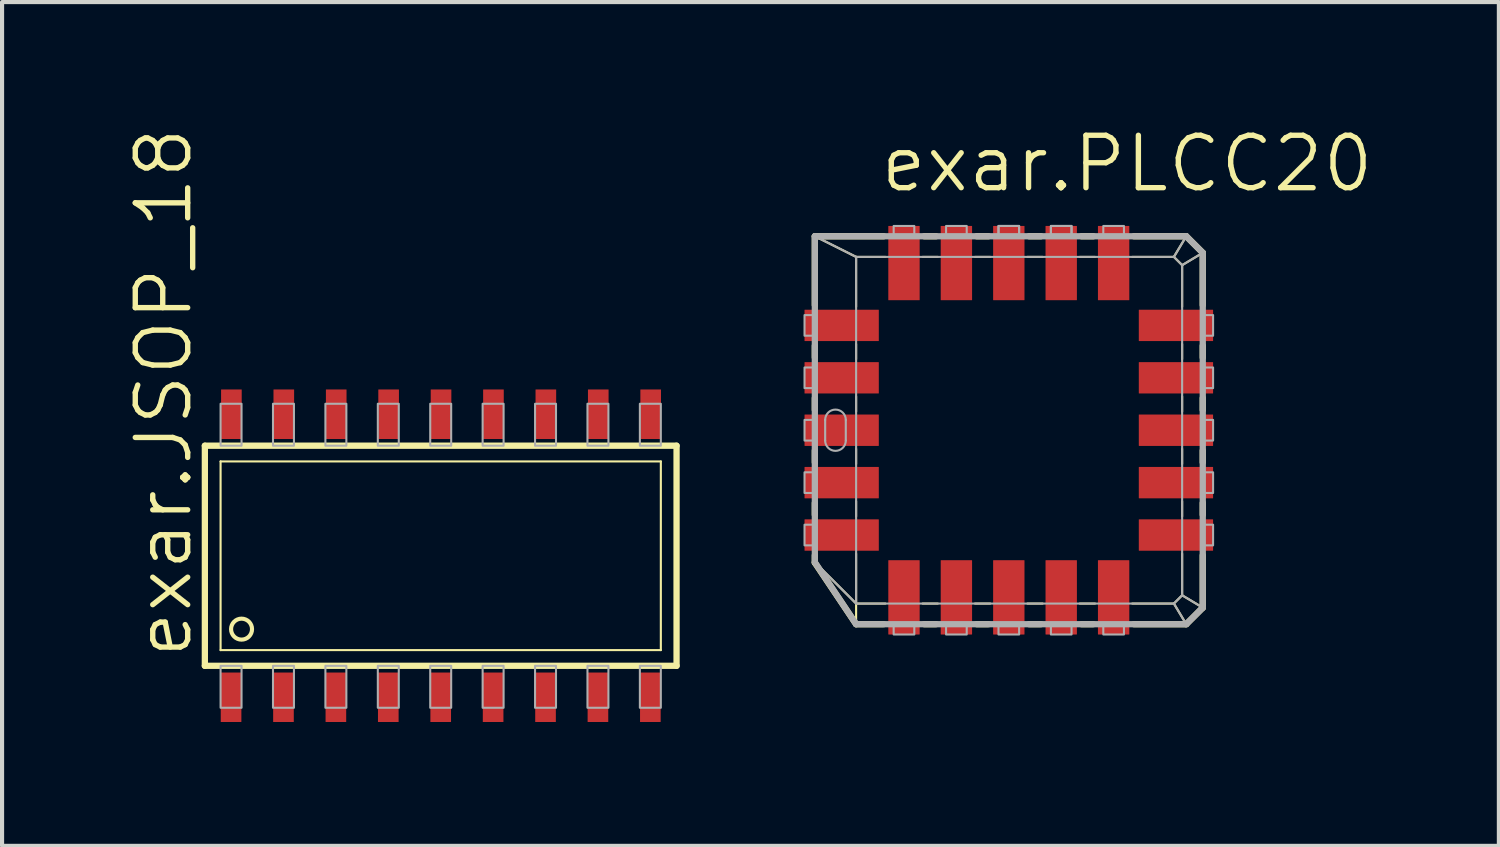
<source format=kicad_pcb>
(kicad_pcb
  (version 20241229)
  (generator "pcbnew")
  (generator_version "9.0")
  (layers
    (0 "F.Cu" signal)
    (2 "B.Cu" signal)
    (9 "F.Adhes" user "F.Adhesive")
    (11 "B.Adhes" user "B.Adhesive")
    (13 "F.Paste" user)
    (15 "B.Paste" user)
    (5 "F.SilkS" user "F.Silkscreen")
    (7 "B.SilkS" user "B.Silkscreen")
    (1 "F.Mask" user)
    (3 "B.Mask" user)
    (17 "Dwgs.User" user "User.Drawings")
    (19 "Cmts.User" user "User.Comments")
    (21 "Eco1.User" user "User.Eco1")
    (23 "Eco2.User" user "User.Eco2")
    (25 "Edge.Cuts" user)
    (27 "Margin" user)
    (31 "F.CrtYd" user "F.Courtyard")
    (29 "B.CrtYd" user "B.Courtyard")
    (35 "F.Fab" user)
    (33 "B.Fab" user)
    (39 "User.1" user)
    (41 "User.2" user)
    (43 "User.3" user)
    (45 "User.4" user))
  (footprint "exar.PLCC20"
    (layer "F.Cu")
    (at 21.395 7.375)
    (property "Reference" "exar.PLCC20" (at -3.175 -5.715 0) (layer "F.SilkS") (effects (font (size 1.27 1.27) (thickness 0.13)) (justify left bottom)))
    (attr smd)
    (fp_line (start -4.7 -4.7) (end -3.7 -4.2) (stroke (width 0.051) (type default)) (layer "F.SilkS"))
    (fp_line (start -4.7 -4.7) (end -3.031 -4.7) (stroke (width 0.152) (type default)) (layer "F.SilkS"))
    (fp_line (start -4.7 -3.031) (end -4.7 -4.7) (stroke (width 0.152) (type default)) (layer "F.SilkS"))
    (fp_line (start -4.7 -1.761) (end -4.7 -2.049) (stroke (width 0.152) (type default)) (layer "F.SilkS"))
    (fp_line (start -4.7 -0.491) (end -4.7 -0.779) (stroke (width 0.152) (type default)) (layer "F.SilkS"))
    (fp_line (start -4.7 0.779) (end -4.7 0.491) (stroke (width 0.152) (type default)) (layer "F.SilkS"))
    (fp_line (start -4.7 2.049) (end -4.7 1.761) (stroke (width 0.152) (type default)) (layer "F.SilkS"))
    (fp_line (start -4.7 3.21) (end -4.7 3.031) (stroke (width 0.152) (type default)) (layer "F.SilkS"))
    (fp_line (start -3.7 -4.2) (end -2.991 -4.2) (stroke (width 0.051) (type default)) (layer "F.SilkS"))
    (fp_line (start -3.7 -2.991) (end -3.7 -4.2) (stroke (width 0.051) (type default)) (layer "F.SilkS"))
    (fp_line (start -3.7 -1.721) (end -3.7 -2.089) (stroke (width 0.051) (type default)) (layer "F.SilkS"))
    (fp_line (start -3.7 -0.451) (end -3.7 -0.819) (stroke (width 0.051) (type default)) (layer "F.SilkS"))
    (fp_line (start -3.7 0.819) (end -3.7 0.451) (stroke (width 0.051) (type default)) (layer "F.SilkS"))
    (fp_line (start -3.7 2.089) (end -3.7 1.721) (stroke (width 0.051) (type default)) (layer "F.SilkS"))
    (fp_line (start -3.7 4.2) (end -4.69 3.21) (stroke (width 0.051) (type default)) (layer "F.SilkS"))
    (fp_line (start -3.7 4.2) (end -3.7 2.991) (stroke (width 0.051) (type default)) (layer "F.SilkS"))
    (fp_line (start -3.7 4.2) (end -3.7 4.69) (stroke (width 0.051) (type default)) (layer "F.SilkS"))
    (fp_line (start -3.7 4.7) (end -4.7 3.21) (stroke (width 0.152) (type default)) (layer "F.SilkS"))
    (fp_line (start -3.031 4.7) (end -3.7 4.7) (stroke (width 0.152) (type default)) (layer "F.SilkS"))
    (fp_line (start -2.991 4.2) (end -3.7 4.2) (stroke (width 0.051) (type default)) (layer "F.SilkS"))
    (fp_line (start -2.089 -4.2) (end -1.721 -4.2) (stroke (width 0.051) (type default)) (layer "F.SilkS"))
    (fp_line (start -2.049 -4.7) (end -1.761 -4.7) (stroke (width 0.152) (type default)) (layer "F.SilkS"))
    (fp_line (start -1.761 4.7) (end -2.049 4.7) (stroke (width 0.152) (type default)) (layer "F.SilkS"))
    (fp_line (start -1.721 4.2) (end -2.089 4.2) (stroke (width 0.051) (type default)) (layer "F.SilkS"))
    (fp_line (start -0.819 -4.2) (end -0.451 -4.2) (stroke (width 0.051) (type default)) (layer "F.SilkS"))
    (fp_line (start -0.779 -4.7) (end -0.491 -4.7) (stroke (width 0.152) (type default)) (layer "F.SilkS"))
    (fp_line (start -0.491 4.7) (end -0.779 4.7) (stroke (width 0.152) (type default)) (layer "F.SilkS"))
    (fp_line (start -0.451 4.2) (end -0.819 4.2) (stroke (width 0.051) (type default)) (layer "F.SilkS"))
    (fp_line (start 0.451 -4.2) (end 0.819 -4.2) (stroke (width 0.051) (type default)) (layer "F.SilkS"))
    (fp_line (start 0.491 -4.7) (end 0.779 -4.7) (stroke (width 0.152) (type default)) (layer "F.SilkS"))
    (fp_line (start 0.779 4.7) (end 0.491 4.7) (stroke (width 0.152) (type default)) (layer "F.SilkS"))
    (fp_line (start 0.819 4.2) (end 0.451 4.2) (stroke (width 0.051) (type default)) (layer "F.SilkS"))
    (fp_line (start 1.721 -4.2) (end 2.089 -4.2) (stroke (width 0.051) (type default)) (layer "F.SilkS"))
    (fp_line (start 1.761 -4.7) (end 2.049 -4.7) (stroke (width 0.152) (type default)) (layer "F.SilkS"))
    (fp_line (start 2.049 4.7) (end 1.761 4.7) (stroke (width 0.152) (type default)) (layer "F.SilkS"))
    (fp_line (start 2.089 4.2) (end 1.721 4.2) (stroke (width 0.051) (type default)) (layer "F.SilkS"))
    (fp_line (start 2.991 -4.2) (end 4 -4.2) (stroke (width 0.051) (type default)) (layer "F.SilkS"))
    (fp_line (start 3.031 -4.7) (end 4.3 -4.7) (stroke (width 0.152) (type default)) (layer "F.SilkS"))
    (fp_line (start 4 -4.2) (end 4.2 -4) (stroke (width 0.051) (type default)) (layer "F.SilkS"))
    (fp_line (start 4 4.2) (end 2.991 4.2) (stroke (width 0.051) (type default)) (layer "F.SilkS"))
    (fp_line (start 4 4.2) (end 4.3 4.7) (stroke (width 0.051) (type default)) (layer "F.SilkS"))
    (fp_line (start 4.2 -4) (end 4.2 -2.991) (stroke (width 0.051) (type default)) (layer "F.SilkS"))
    (fp_line (start 4.2 -4) (end 4.7 -4.3) (stroke (width 0.051) (type default)) (layer "F.SilkS"))
    (fp_line (start 4.2 -2.089) (end 4.2 -1.721) (stroke (width 0.051) (type default)) (layer "F.SilkS"))
    (fp_line (start 4.2 -0.819) (end 4.2 -0.451) (stroke (width 0.051) (type default)) (layer "F.SilkS"))
    (fp_line (start 4.2 0.451) (end 4.2 0.819) (stroke (width 0.051) (type default)) (layer "F.SilkS"))
    (fp_line (start 4.2 1.721) (end 4.2 2.089) (stroke (width 0.051) (type default)) (layer "F.SilkS"))
    (fp_line (start 4.2 2.991) (end 4.2 4) (stroke (width 0.051) (type default)) (layer "F.SilkS"))
    (fp_line (start 4.2 4) (end 4 4.2) (stroke (width 0.051) (type default)) (layer "F.SilkS"))
    (fp_line (start 4.2 4) (end 4.7 4.3) (stroke (width 0.051) (type default)) (layer "F.SilkS"))
    (fp_line (start 4.3 -4.7) (end 4 -4.2) (stroke (width 0.051) (type default)) (layer "F.SilkS"))
    (fp_line (start 4.3 -4.7) (end 4.7 -4.3) (stroke (width 0.152) (type default)) (layer "F.SilkS"))
    (fp_line (start 4.3 4.7) (end 3.031 4.7) (stroke (width 0.152) (type default)) (layer "F.SilkS"))
    (fp_line (start 4.7 -4.3) (end 4.7 -3.031) (stroke (width 0.152) (type default)) (layer "F.SilkS"))
    (fp_line (start 4.7 -2.049) (end 4.7 -1.761) (stroke (width 0.152) (type default)) (layer "F.SilkS"))
    (fp_line (start 4.7 -0.779) (end 4.7 -0.491) (stroke (width 0.152) (type default)) (layer "F.SilkS"))
    (fp_line (start 4.7 0.491) (end 4.7 0.779) (stroke (width 0.152) (type default)) (layer "F.SilkS"))
    (fp_line (start 4.7 1.761) (end 4.7 2.049) (stroke (width 0.152) (type default)) (layer "F.SilkS"))
    (fp_line (start 4.7 3.031) (end 4.7 4.3) (stroke (width 0.152) (type default)) (layer "F.SilkS"))
    (fp_line (start 4.7 4.3) (end 4.3 4.7) (stroke (width 0.152) (type default)) (layer "F.SilkS"))
    (fp_line (start -4.7 -4.7) (end -3.7 -4.2) (stroke (width 0.051) (type default)) (layer "F.Fab"))
    (fp_line (start -4.7 -4.7) (end 4.3 -4.7) (stroke (width 0.152) (type default)) (layer "F.Fab"))
    (fp_line (start -4.7 3.2) (end -4.7 -4.7) (stroke (width 0.152) (type default)) (layer "F.Fab"))
    (fp_line (start -4.7 3.2) (end -3.7 4.2) (stroke (width 0.051) (type default)) (layer "F.Fab"))
    (fp_line (start -4.45 -0.25) (end -4.45 0.25) (stroke (width 0.051) (type default)) (layer "F.Fab"))
    (fp_line (start -3.95 -0.25) (end -3.95 0.25) (stroke (width 0.051) (type default)) (layer "F.Fab"))
    (fp_line (start -3.7 -4.2) (end 4 -4.2) (stroke (width 0.051) (type default)) (layer "F.Fab"))
    (fp_line (start -3.7 4.2) (end -3.7 -4.2) (stroke (width 0.051) (type default)) (layer "F.Fab"))
    (fp_line (start -3.7 4.7) (end -4.7 3.2) (stroke (width 0.152) (type default)) (layer "F.Fab"))
    (fp_line (start 4 -4.2) (end 4.2 -4) (stroke (width 0.051) (type default)) (layer "F.Fab"))
    (fp_line (start 4 4.2) (end -3.7 4.2) (stroke (width 0.051) (type default)) (layer "F.Fab"))
    (fp_line (start 4 4.2) (end 4.3 4.7) (stroke (width 0.051) (type default)) (layer "F.Fab"))
    (fp_line (start 4.2 -4) (end 4.2 4) (stroke (width 0.051) (type default)) (layer "F.Fab"))
    (fp_line (start 4.2 -4) (end 4.7 -4.3) (stroke (width 0.051) (type default)) (layer "F.Fab"))
    (fp_line (start 4.2 4) (end 4 4.2) (stroke (width 0.051) (type default)) (layer "F.Fab"))
    (fp_line (start 4.2 4) (end 4.7 4.3) (stroke (width 0.051) (type default)) (layer "F.Fab"))
    (fp_line (start 4.3 -4.7) (end 4 -4.2) (stroke (width 0.051) (type default)) (layer "F.Fab"))
    (fp_line (start 4.3 -4.7) (end 4.7 -4.3) (stroke (width 0.152) (type default)) (layer "F.Fab"))
    (fp_line (start 4.3 4.7) (end -3.7 4.7) (stroke (width 0.152) (type default)) (layer "F.Fab"))
    (fp_line (start 4.7 -4.3) (end 4.7 4.3) (stroke (width 0.152) (type default)) (layer "F.Fab"))
    (fp_line (start 4.7 4.3) (end 4.3 4.7) (stroke (width 0.152) (type default)) (layer "F.Fab"))
    (fp_rect (start -4.95 -2.29) (end -4.7 -2.79) (stroke (width 0.05) (type default)) (fill no) (layer "F.Fab"))
    (fp_rect (start -4.95 -1.02) (end -4.7 -1.52) (stroke (width 0.05) (type default)) (fill no) (layer "F.Fab"))
    (fp_rect (start -4.95 0.25) (end -4.7 -0.25) (stroke (width 0.05) (type default)) (fill no) (layer "F.Fab"))
    (fp_rect (start -4.95 1.52) (end -4.7 1.02) (stroke (width 0.05) (type default)) (fill no) (layer "F.Fab"))
    (fp_rect (start -4.95 2.79) (end -4.7 2.29) (stroke (width 0.05) (type default)) (fill no) (layer "F.Fab"))
    (fp_rect (start -2.79 -4.7) (end -2.29 -4.95) (stroke (width 0.05) (type default)) (fill no) (layer "F.Fab"))
    (fp_rect (start -2.79 4.95) (end -2.29 4.7) (stroke (width 0.05) (type default)) (fill no) (layer "F.Fab"))
    (fp_rect (start -1.52 -4.7) (end -1.02 -4.95) (stroke (width 0.05) (type default)) (fill no) (layer "F.Fab"))
    (fp_rect (start -1.52 4.95) (end -1.02 4.7) (stroke (width 0.05) (type default)) (fill no) (layer "F.Fab"))
    (fp_rect (start -0.25 -4.7) (end 0.25 -4.95) (stroke (width 0.05) (type default)) (fill no) (layer "F.Fab"))
    (fp_rect (start -0.25 -4.7) (end 0.25 -4.95) (stroke (width 0.05) (type default)) (fill no) (layer "F.Fab"))
    (fp_rect (start -0.25 4.95) (end 0.25 4.7) (stroke (width 0.05) (type default)) (fill no) (layer "F.Fab"))
    (fp_rect (start 1.02 -4.7) (end 1.52 -4.95) (stroke (width 0.05) (type default)) (fill no) (layer "F.Fab"))
    (fp_rect (start 1.02 -4.7) (end 1.52 -4.95) (stroke (width 0.05) (type default)) (fill no) (layer "F.Fab"))
    (fp_rect (start 1.02 4.95) (end 1.52 4.7) (stroke (width 0.05) (type default)) (fill no) (layer "F.Fab"))
    (fp_rect (start 2.29 -4.7) (end 2.79 -4.95) (stroke (width 0.05) (type default)) (fill no) (layer "F.Fab"))
    (fp_rect (start 2.29 4.95) (end 2.79 4.7) (stroke (width 0.05) (type default)) (fill no) (layer "F.Fab"))
    (fp_rect (start 4.7 -2.29) (end 4.95 -2.79) (stroke (width 0.05) (type default)) (fill no) (layer "F.Fab"))
    (fp_rect (start 4.7 -1.02) (end 4.95 -1.52) (stroke (width 0.05) (type default)) (fill no) (layer "F.Fab"))
    (fp_rect (start 4.7 0.25) (end 4.95 -0.25) (stroke (width 0.05) (type default)) (fill no) (layer "F.Fab"))
    (fp_rect (start 4.7 1.52) (end 4.95 1.02) (stroke (width 0.05) (type default)) (fill no) (layer "F.Fab"))
    (fp_rect (start 4.7 2.79) (end 4.95 2.29) (stroke (width 0.05) (type default)) (fill no) (layer "F.Fab"))
    (fp_arc (start -4.45 -0.25) (mid -4.2 -0.5) (end -3.95 -0.25) (stroke (width 0.0508) (type default)) (layer "F.Fab"))
    (fp_arc (start -3.95 0.25) (mid -4.2 0.5) (end -4.45 0.25) (stroke (width 0.0508) (type default)) (layer "F.Fab"))
    (pad "1" smd roundrect (at -4.05 0) (size 1.8 0.76) (layers "F.Cu" "F.Mask" "F.Paste") (roundrect_rratio 0.01))
    (pad "2" smd roundrect (at -4.05 1.27) (size 1.8 0.76) (layers "F.Cu" "F.Mask" "F.Paste") (roundrect_rratio 0.01))
    (pad "3" smd roundrect (at -4.05 2.54) (size 1.8 0.76) (layers "F.Cu" "F.Mask" "F.Paste") (roundrect_rratio 0.01))
    (pad "4" smd roundrect (at -2.54 4.05) (size 0.76 1.8) (layers "F.Cu" "F.Mask" "F.Paste") (roundrect_rratio 0.01))
    (pad "5" smd roundrect (at -1.27 4.05) (size 0.76 1.8) (layers "F.Cu" "F.Mask" "F.Paste") (roundrect_rratio 0.01))
    (pad "6" smd roundrect (at 0 4.05) (size 0.76 1.8) (layers "F.Cu" "F.Mask" "F.Paste") (roundrect_rratio 0.01))
    (pad "7" smd roundrect (at 1.27 4.05) (size 0.76 1.8) (layers "F.Cu" "F.Mask" "F.Paste") (roundrect_rratio 0.01))
    (pad "8" smd roundrect (at 2.54 4.05) (size 0.76 1.8) (layers "F.Cu" "F.Mask" "F.Paste") (roundrect_rratio 0.01))
    (pad "9" smd roundrect (at 4.05 2.54) (size 1.8 0.76) (layers "F.Cu" "F.Mask" "F.Paste") (roundrect_rratio 0.01))
    (pad "10" smd roundrect (at 4.05 1.27) (size 1.8 0.76) (layers "F.Cu" "F.Mask" "F.Paste") (roundrect_rratio 0.01))
    (pad "11" smd roundrect (at 4.05 0) (size 1.8 0.76) (layers "F.Cu" "F.Mask" "F.Paste") (roundrect_rratio 0.01))
    (pad "12" smd roundrect (at 4.05 -1.27) (size 1.8 0.76) (layers "F.Cu" "F.Mask" "F.Paste") (roundrect_rratio 0.01))
    (pad "13" smd roundrect (at 4.05 -2.54) (size 1.8 0.76) (layers "F.Cu" "F.Mask" "F.Paste") (roundrect_rratio 0.01))
    (pad "14" smd roundrect (at 2.54 -4.05) (size 0.76 1.8) (layers "F.Cu" "F.Mask" "F.Paste") (roundrect_rratio 0.01))
    (pad "15" smd roundrect (at 1.27 -4.05) (size 0.76 1.8) (layers "F.Cu" "F.Mask" "F.Paste") (roundrect_rratio 0.01))
    (pad "16" smd roundrect (at 0 -4.05) (size 0.76 1.8) (layers "F.Cu" "F.Mask" "F.Paste") (roundrect_rratio 0.01))
    (pad "17" smd roundrect (at -1.27 -4.05) (size 0.76 1.8) (layers "F.Cu" "F.Mask" "F.Paste") (roundrect_rratio 0.01))
    (pad "18" smd roundrect (at -2.54 -4.05) (size 0.76 1.8) (layers "F.Cu" "F.Mask" "F.Paste") (roundrect_rratio 0.01))
    (pad "19" smd roundrect (at -4.05 -2.54) (size 1.8 0.76) (layers "F.Cu" "F.Mask" "F.Paste") (roundrect_rratio 0.01))
    (pad "20" smd roundrect (at -4.05 -1.27) (size 1.8 0.76) (layers "F.Cu" "F.Mask" "F.Paste") (roundrect_rratio 0.01)))
  (footprint "exar.JSOP_18"
    (layer "F.Cu")
    (at 7.629 10.417)
    (property "Reference" "exar.JSOP_18" (at -5.969 2.54 90) (layer "F.SilkS") (effects (font (size 1.27 1.27) (thickness 0.13)) (justify left bottom)))
    (attr smd)
    (fp_line (start -5.715 -2.667) (end 5.715 -2.667) (stroke (width 0.152) (type default)) (layer "F.SilkS"))
    (fp_line (start -5.715 2.667) (end -5.715 -2.667) (stroke (width 0.152) (type default)) (layer "F.SilkS"))
    (fp_line (start -5.334 -2.286) (end 5.334 -2.286) (stroke (width 0.051) (type default)) (layer "F.SilkS"))
    (fp_line (start -5.334 2.286) (end -5.334 -2.286) (stroke (width 0.051) (type default)) (layer "F.SilkS"))
    (fp_line (start 5.334 -2.286) (end 5.334 2.286) (stroke (width 0.051) (type default)) (layer "F.SilkS"))
    (fp_line (start 5.334 2.286) (end -5.334 2.286) (stroke (width 0.051) (type default)) (layer "F.SilkS"))
    (fp_line (start 5.715 -2.667) (end 5.715 2.667) (stroke (width 0.152) (type default)) (layer "F.SilkS"))
    (fp_line (start 5.715 2.667) (end -5.715 2.667) (stroke (width 0.152) (type default)) (layer "F.SilkS"))
    (fp_circle (center -4.826 1.778) (end -4.572 1.778) (stroke (width 0.1) (type default)) (fill no) (layer "F.SilkS"))
    (fp_rect (start -5.334 -2.667) (end -4.826 -3.683) (stroke (width 0.05) (type default)) (fill no) (layer "F.Fab"))
    (fp_rect (start -5.334 3.683) (end -4.826 2.667) (stroke (width 0.05) (type default)) (fill no) (layer "F.Fab"))
    (fp_rect (start -4.064 -2.667) (end -3.556 -3.683) (stroke (width 0.05) (type default)) (fill no) (layer "F.Fab"))
    (fp_rect (start -4.064 3.683) (end -3.556 2.667) (stroke (width 0.05) (type default)) (fill no) (layer "F.Fab"))
    (fp_rect (start -2.794 -2.667) (end -2.286 -3.683) (stroke (width 0.05) (type default)) (fill no) (layer "F.Fab"))
    (fp_rect (start -2.794 3.683) (end -2.286 2.667) (stroke (width 0.05) (type default)) (fill no) (layer "F.Fab"))
    (fp_rect (start -1.524 -2.667) (end -1.016 -3.683) (stroke (width 0.05) (type default)) (fill no) (layer "F.Fab"))
    (fp_rect (start -1.524 3.683) (end -1.016 2.667) (stroke (width 0.05) (type default)) (fill no) (layer "F.Fab"))
    (fp_rect (start -0.254 -2.667) (end 0.254 -3.683) (stroke (width 0.05) (type default)) (fill no) (layer "F.Fab"))
    (fp_rect (start -0.254 3.683) (end 0.254 2.667) (stroke (width 0.05) (type default)) (fill no) (layer "F.Fab"))
    (fp_rect (start 1.016 -2.667) (end 1.524 -3.683) (stroke (width 0.05) (type default)) (fill no) (layer "F.Fab"))
    (fp_rect (start 1.016 3.683) (end 1.524 2.667) (stroke (width 0.05) (type default)) (fill no) (layer "F.Fab"))
    (fp_rect (start 2.286 -2.667) (end 2.794 -3.683) (stroke (width 0.05) (type default)) (fill no) (layer "F.Fab"))
    (fp_rect (start 2.286 3.683) (end 2.794 2.667) (stroke (width 0.05) (type default)) (fill no) (layer "F.Fab"))
    (fp_rect (start 3.556 -2.667) (end 4.064 -3.683) (stroke (width 0.05) (type default)) (fill no) (layer "F.Fab"))
    (fp_rect (start 3.556 3.683) (end 4.064 2.667) (stroke (width 0.05) (type default)) (fill no) (layer "F.Fab"))
    (fp_rect (start 4.826 -2.667) (end 5.334 -3.683) (stroke (width 0.05) (type default)) (fill no) (layer "F.Fab"))
    (fp_rect (start 4.826 3.683) (end 5.334 2.667) (stroke (width 0.05) (type default)) (fill no) (layer "F.Fab"))
    (pad "1" smd roundrect (at -5.08 3.429) (size 0.5 1.2) (layers "F.Cu" "F.Mask" "F.Paste") (roundrect_rratio 0.01))
    (pad "2" smd roundrect (at -3.81 3.429) (size 0.5 1.2) (layers "F.Cu" "F.Mask" "F.Paste") (roundrect_rratio 0.01))
    (pad "3" smd roundrect (at -2.54 3.429) (size 0.5 1.2) (layers "F.Cu" "F.Mask" "F.Paste") (roundrect_rratio 0.01))
    (pad "4" smd roundrect (at -1.27 3.429) (size 0.5 1.2) (layers "F.Cu" "F.Mask" "F.Paste") (roundrect_rratio 0.01))
    (pad "5" smd roundrect (at 0 3.429) (size 0.5 1.2) (layers "F.Cu" "F.Mask" "F.Paste") (roundrect_rratio 0.01))
    (pad "6" smd roundrect (at 1.27 3.429) (size 0.5 1.2) (layers "F.Cu" "F.Mask" "F.Paste") (roundrect_rratio 0.01))
    (pad "7" smd roundrect (at 2.54 3.429) (size 0.5 1.2) (layers "F.Cu" "F.Mask" "F.Paste") (roundrect_rratio 0.01))
    (pad "8" smd roundrect (at 3.81 3.429) (size 0.5 1.2) (layers "F.Cu" "F.Mask" "F.Paste") (roundrect_rratio 0.01))
    (pad "9" smd roundrect (at 5.08 3.429) (size 0.5 1.2) (layers "F.Cu" "F.Mask" "F.Paste") (roundrect_rratio 0.01))
    (pad "10" smd roundrect (at 5.088 -3.429) (size 0.5 1.2) (layers "F.Cu" "F.Mask" "F.Paste") (roundrect_rratio 0.01))
    (pad "11" smd roundrect (at 3.818 -3.429) (size 0.5 1.2) (layers "F.Cu" "F.Mask" "F.Paste") (roundrect_rratio 0.01))
    (pad "12" smd roundrect (at 2.548 -3.429) (size 0.5 1.2) (layers "F.Cu" "F.Mask" "F.Paste") (roundrect_rratio 0.01))
    (pad "13" smd roundrect (at 1.278 -3.429) (size 0.5 1.2) (layers "F.Cu" "F.Mask" "F.Paste") (roundrect_rratio 0.01))
    (pad "14" smd roundrect (at 0.008 -3.429) (size 0.5 1.2) (layers "F.Cu" "F.Mask" "F.Paste") (roundrect_rratio 0.01))
    (pad "15" smd roundrect (at -1.262 -3.429) (size 0.5 1.2) (layers "F.Cu" "F.Mask" "F.Paste") (roundrect_rratio 0.01))
    (pad "16" smd roundrect (at -2.532 -3.429) (size 0.5 1.2) (layers "F.Cu" "F.Mask" "F.Paste") (roundrect_rratio 0.01))
    (pad "17" smd roundrect (at -3.802 -3.429) (size 0.5 1.2) (layers "F.Cu" "F.Mask" "F.Paste") (roundrect_rratio 0.01))
    (pad "18" smd roundrect (at -5.072 -3.429) (size 0.5 1.2) (layers "F.Cu" "F.Mask" "F.Paste") (roundrect_rratio 0.01)))
  (gr_rect
    (start -3 -3)
    (end 33.27 17.446)
    (stroke (width 0.1) (type default))
    (fill no)
    (layer "Edge.Cuts")))
</source>
